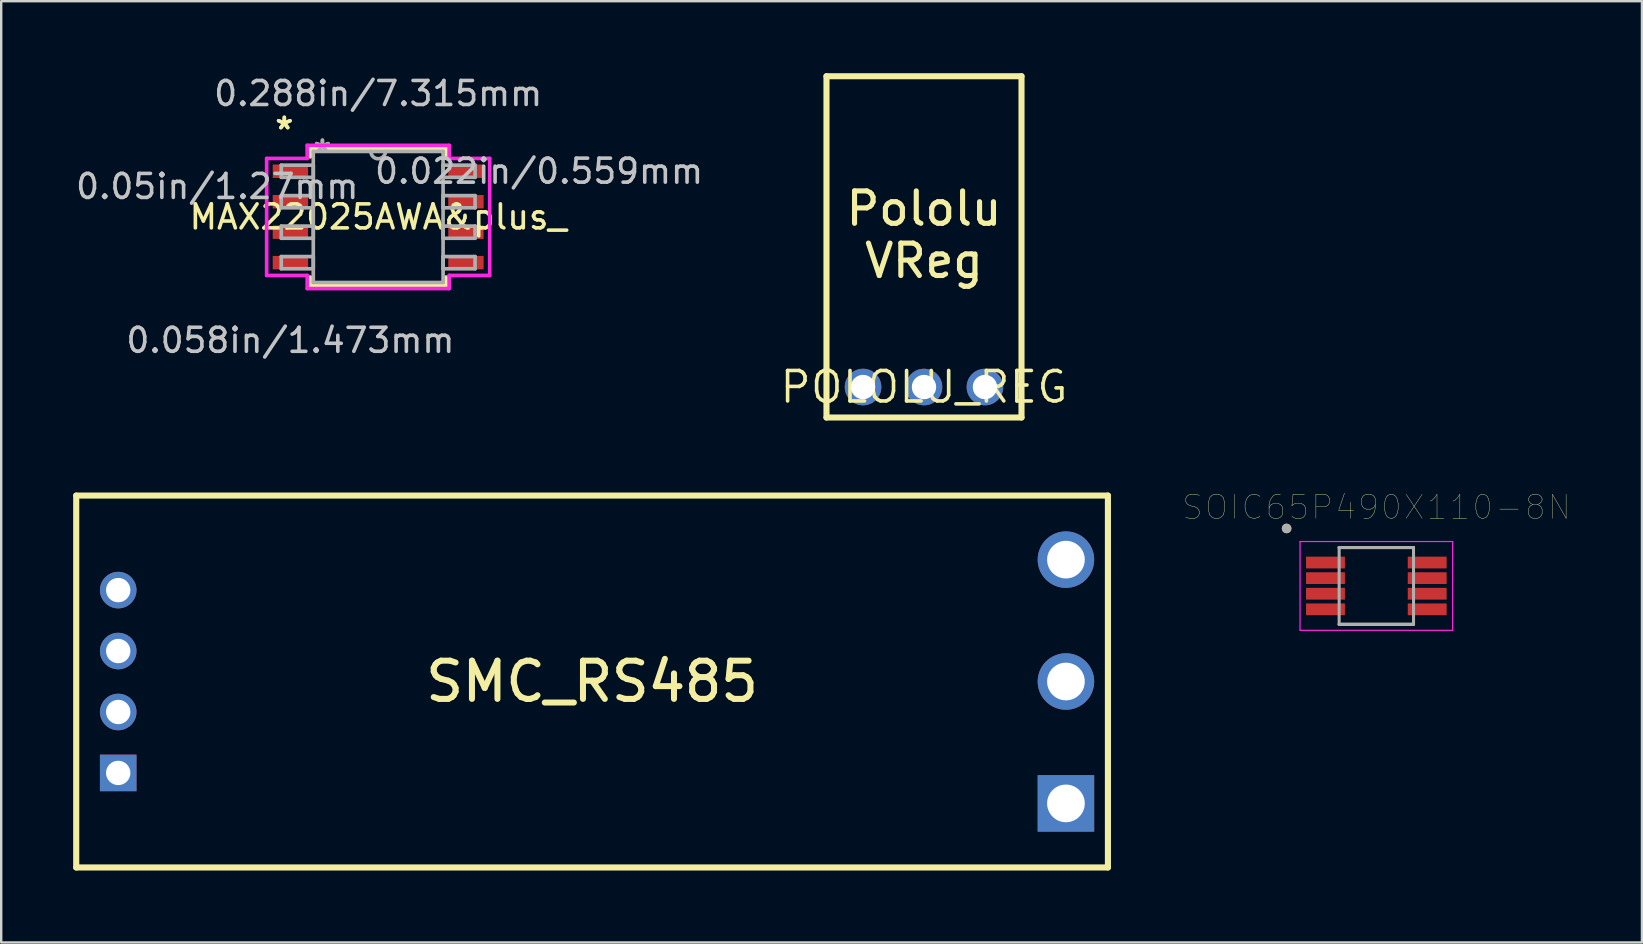
<source format=kicad_pcb>
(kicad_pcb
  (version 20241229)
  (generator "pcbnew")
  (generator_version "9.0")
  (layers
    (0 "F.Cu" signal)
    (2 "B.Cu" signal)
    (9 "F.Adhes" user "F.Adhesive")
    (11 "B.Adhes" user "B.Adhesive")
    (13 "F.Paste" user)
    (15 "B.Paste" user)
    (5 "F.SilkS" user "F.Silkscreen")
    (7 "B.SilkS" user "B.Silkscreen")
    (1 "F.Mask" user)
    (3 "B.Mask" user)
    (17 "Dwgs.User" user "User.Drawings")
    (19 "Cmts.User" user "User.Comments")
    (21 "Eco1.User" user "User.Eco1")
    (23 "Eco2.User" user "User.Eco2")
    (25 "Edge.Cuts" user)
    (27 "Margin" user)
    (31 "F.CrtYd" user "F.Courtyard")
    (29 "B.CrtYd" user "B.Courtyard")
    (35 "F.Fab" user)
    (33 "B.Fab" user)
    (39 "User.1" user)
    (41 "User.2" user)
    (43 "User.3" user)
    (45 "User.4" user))
  (footprint "MAX22025AWA&plus_"
    (layer "F.Cu")
    (at 12.712 5.992)
    (property "Reference" "MAX22025AWA&plus_" (at 0 0 0) (layer "F.SilkS") (effects (font (size 1 1) (thickness 0.15))))
    (attr through_hole)
    (fp_line (start -2.832 -2.857) (end -2.832 -2.505) (stroke (width 0.152) (type solid)) (layer "F.SilkS"))
    (fp_line (start -2.832 2.505) (end -2.832 2.857) (stroke (width 0.152) (type solid)) (layer "F.SilkS"))
    (fp_line (start -2.832 2.857) (end 2.832 2.857) (stroke (width 0.152) (type solid)) (layer "F.SilkS"))
    (fp_line (start 2.832 -2.857) (end -2.832 -2.857) (stroke (width 0.152) (type solid)) (layer "F.SilkS"))
    (fp_line (start 2.832 -2.505) (end 2.832 -2.857) (stroke (width 0.152) (type solid)) (layer "F.SilkS"))
    (fp_line (start 2.832 2.857) (end 2.832 2.505) (stroke (width 0.152) (type solid)) (layer "F.SilkS"))
    (fp_line (start -4.648 -2.438) (end -2.959 -2.438) (stroke (width 0.152) (type solid)) (layer "F.CrtYd"))
    (fp_line (start -4.648 2.438) (end -4.648 -2.438) (stroke (width 0.152) (type solid)) (layer "F.CrtYd"))
    (fp_line (start -2.959 -2.985) (end 2.959 -2.985) (stroke (width 0.152) (type solid)) (layer "F.CrtYd"))
    (fp_line (start -2.959 -2.438) (end -2.959 -2.985) (stroke (width 0.152) (type solid)) (layer "F.CrtYd"))
    (fp_line (start -2.959 2.438) (end -4.648 2.438) (stroke (width 0.152) (type solid)) (layer "F.CrtYd"))
    (fp_line (start -2.959 2.985) (end -2.959 2.438) (stroke (width 0.152) (type solid)) (layer "F.CrtYd"))
    (fp_line (start 2.959 -2.985) (end 2.959 -2.438) (stroke (width 0.152) (type solid)) (layer "F.CrtYd"))
    (fp_line (start 2.959 -2.438) (end 4.648 -2.438) (stroke (width 0.152) (type solid)) (layer "F.CrtYd"))
    (fp_line (start 2.959 2.438) (end 2.959 2.985) (stroke (width 0.152) (type solid)) (layer "F.CrtYd"))
    (fp_line (start 2.959 2.985) (end -2.959 2.985) (stroke (width 0.152) (type solid)) (layer "F.CrtYd"))
    (fp_line (start 4.648 -2.438) (end 4.648 2.438) (stroke (width 0.152) (type solid)) (layer "F.CrtYd"))
    (fp_line (start 4.648 2.438) (end 2.959 2.438) (stroke (width 0.152) (type solid)) (layer "F.CrtYd"))
    (fp_line (start -4.039 -2.159) (end -4.039 -1.651) (stroke (width 0.152) (type solid)) (layer "F.Fab"))
    (fp_line (start -4.039 -1.651) (end -2.705 -1.651) (stroke (width 0.152) (type solid)) (layer "F.Fab"))
    (fp_line (start -4.039 -0.889) (end -4.039 -0.381) (stroke (width 0.152) (type solid)) (layer "F.Fab"))
    (fp_line (start -4.039 -0.381) (end -2.705 -0.381) (stroke (width 0.152) (type solid)) (layer "F.Fab"))
    (fp_line (start -4.039 0.381) (end -4.039 0.889) (stroke (width 0.152) (type solid)) (layer "F.Fab"))
    (fp_line (start -4.039 0.889) (end -2.705 0.889) (stroke (width 0.152) (type solid)) (layer "F.Fab"))
    (fp_line (start -4.039 1.651) (end -4.039 2.159) (stroke (width 0.152) (type solid)) (layer "F.Fab"))
    (fp_line (start -4.039 2.159) (end -2.705 2.159) (stroke (width 0.152) (type solid)) (layer "F.Fab"))
    (fp_line (start -2.705 -2.731) (end -2.705 2.731) (stroke (width 0.152) (type solid)) (layer "F.Fab"))
    (fp_line (start -2.705 -2.159) (end -4.039 -2.159) (stroke (width 0.152) (type solid)) (layer "F.Fab"))
    (fp_line (start -2.705 -1.651) (end -2.705 -2.159) (stroke (width 0.152) (type solid)) (layer "F.Fab"))
    (fp_line (start -2.705 -0.889) (end -4.039 -0.889) (stroke (width 0.152) (type solid)) (layer "F.Fab"))
    (fp_line (start -2.705 -0.381) (end -2.705 -0.889) (stroke (width 0.152) (type solid)) (layer "F.Fab"))
    (fp_line (start -2.705 0.381) (end -4.039 0.381) (stroke (width 0.152) (type solid)) (layer "F.Fab"))
    (fp_line (start -2.705 0.889) (end -2.705 0.381) (stroke (width 0.152) (type solid)) (layer "F.Fab"))
    (fp_line (start -2.705 1.651) (end -4.039 1.651) (stroke (width 0.152) (type solid)) (layer "F.Fab"))
    (fp_line (start -2.705 2.159) (end -2.705 1.651) (stroke (width 0.152) (type solid)) (layer "F.Fab"))
    (fp_line (start -2.705 2.731) (end 2.705 2.731) (stroke (width 0.152) (type solid)) (layer "F.Fab"))
    (fp_line (start 2.705 -2.731) (end -2.705 -2.731) (stroke (width 0.152) (type solid)) (layer "F.Fab"))
    (fp_line (start 2.705 -2.159) (end 2.705 -1.651) (stroke (width 0.152) (type solid)) (layer "F.Fab"))
    (fp_line (start 2.705 -1.651) (end 4.039 -1.651) (stroke (width 0.152) (type solid)) (layer "F.Fab"))
    (fp_line (start 2.705 -0.889) (end 2.705 -0.381) (stroke (width 0.152) (type solid)) (layer "F.Fab"))
    (fp_line (start 2.705 -0.381) (end 4.039 -0.381) (stroke (width 0.152) (type solid)) (layer "F.Fab"))
    (fp_line (start 2.705 0.381) (end 2.705 0.889) (stroke (width 0.152) (type solid)) (layer "F.Fab"))
    (fp_line (start 2.705 0.889) (end 4.039 0.889) (stroke (width 0.152) (type solid)) (layer "F.Fab"))
    (fp_line (start 2.705 1.651) (end 2.705 2.159) (stroke (width 0.152) (type solid)) (layer "F.Fab"))
    (fp_line (start 2.705 2.159) (end 4.039 2.159) (stroke (width 0.152) (type solid)) (layer "F.Fab"))
    (fp_line (start 2.705 2.731) (end 2.705 -2.731) (stroke (width 0.152) (type solid)) (layer "F.Fab"))
    (fp_line (start 4.039 -2.159) (end 2.705 -2.159) (stroke (width 0.152) (type solid)) (layer "F.Fab"))
    (fp_line (start 4.039 -1.651) (end 4.039 -2.159) (stroke (width 0.152) (type solid)) (layer "F.Fab"))
    (fp_line (start 4.039 -0.889) (end 2.705 -0.889) (stroke (width 0.152) (type solid)) (layer "F.Fab"))
    (fp_line (start 4.039 -0.381) (end 4.039 -0.889) (stroke (width 0.152) (type solid)) (layer "F.Fab"))
    (fp_line (start 4.039 0.381) (end 2.705 0.381) (stroke (width 0.152) (type solid)) (layer "F.Fab"))
    (fp_line (start 4.039 0.889) (end 4.039 0.381) (stroke (width 0.152) (type solid)) (layer "F.Fab"))
    (fp_line (start 4.039 1.651) (end 2.705 1.651) (stroke (width 0.152) (type solid)) (layer "F.Fab"))
    (fp_line (start 4.039 2.159) (end 4.039 1.651) (stroke (width 0.152) (type solid)) (layer "F.Fab"))
    (fp_arc (start 0.3048 -2.7305) (mid 0 -2.4257) (end -0.3048 -2.7305) (stroke (width 0.1524) (type solid)) (layer "F.Fab"))
    (fp_text user "*" (at -3.912 -3.607 0) (layer "F.SilkS") (effects (font (size 1 1) (thickness 0.15))))
    (fp_text user "*" (at -3.912 -3.607 0) (layer "F.SilkS") (effects (font (size 1 1) (thickness 0.15))))
    (fp_text user "0.058in/1.473mm" (at -3.658 5.144 0) (layer "Dwgs.User") (effects (font (size 1 1) (thickness 0.15))))
    (fp_text user "0.05in/1.27mm" (at -6.706 -1.27 0) (layer "Dwgs.User") (effects (font (size 1 1) (thickness 0.15))))
    (fp_text user "0.288in/7.315mm" (at 0 -5.144 0) (layer "Dwgs.User") (effects (font (size 1 1) (thickness 0.15))))
    (fp_text user "0.022in/0.559mm" (at 6.706 -1.905 0) (layer "Dwgs.User") (effects (font (size 1 1) (thickness 0.15))))
    (fp_text user "Copyright 2016 Accelerated Designs. All rights reserved." (at 0 0 0) (layer "Cmts.User") (effects (font (size 0.127 0.127) (thickness 0.002))))
    (fp_text user "*" (at -2.324 -2.654 0) (layer "F.Fab") (effects (font (size 1 1) (thickness 0.15))))
    (fp_text user "*" (at -2.324 -2.654 0) (layer "F.Fab") (effects (font (size 1 1) (thickness 0.15))))
    (pad "1" smd rect (at -3.658 -1.905) (size 1.473 0.559) (layers "F.Cu" "F.Mask" "F.Paste"))
    (pad "2" smd rect (at -3.658 -0.635) (size 1.473 0.559) (layers "F.Cu" "F.Mask" "F.Paste"))
    (pad "3" smd rect (at -3.658 0.635) (size 1.473 0.559) (layers "F.Cu" "F.Mask" "F.Paste"))
    (pad "4" smd rect (at -3.658 1.905) (size 1.473 0.559) (layers "F.Cu" "F.Mask" "F.Paste"))
    (pad "5" smd rect (at 3.658 1.905) (size 1.473 0.559) (layers "F.Cu" "F.Mask" "F.Paste"))
    (pad "6" smd rect (at 3.658 0.635) (size 1.473 0.559) (layers "F.Cu" "F.Mask" "F.Paste"))
    (pad "7" smd rect (at 3.658 -0.635) (size 1.473 0.559) (layers "F.Cu" "F.Mask" "F.Paste"))
    (pad "8" smd rect (at 3.658 -1.905) (size 1.473 0.559) (layers "F.Cu" "F.Mask" "F.Paste")))
  (footprint "SOIC65P490X110-8N"
    (layer "F.Cu")
    (at 54.314 21.371)
    (property "Reference" "SOIC65P490X110-8N" (at 0.005 -3.282 0) (layer "F.SilkS") (effects (font (size 1 1) (thickness 0.015))))
    (attr through_hole)
    (fp_line (start -1.55 -1.6) (end 1.55 -1.6) (stroke (width 0.127) (type solid)) (layer "F.SilkS"))
    (fp_line (start -1.55 1.6) (end 1.55 1.6) (stroke (width 0.127) (type solid)) (layer "F.SilkS"))
    (fp_circle (center -3.74 -2.395) (end -3.64 -2.395) (stroke (width 0.2) (type solid)) (fill no) (layer "F.SilkS"))
    (fp_line (start -3.18 -1.85) (end -3.18 1.85) (stroke (width 0.05) (type solid)) (layer "F.CrtYd"))
    (fp_line (start -3.18 -1.85) (end 3.18 -1.85) (stroke (width 0.05) (type solid)) (layer "F.CrtYd"))
    (fp_line (start -3.18 1.85) (end 3.18 1.85) (stroke (width 0.05) (type solid)) (layer "F.CrtYd"))
    (fp_line (start 3.18 -1.85) (end 3.18 1.85) (stroke (width 0.05) (type solid)) (layer "F.CrtYd"))
    (fp_line (start -1.55 -1.6) (end -1.55 1.6) (stroke (width 0.127) (type solid)) (layer "F.Fab"))
    (fp_line (start -1.55 -1.6) (end 1.55 -1.6) (stroke (width 0.127) (type solid)) (layer "F.Fab"))
    (fp_line (start -1.55 1.6) (end 1.55 1.6) (stroke (width 0.127) (type solid)) (layer "F.Fab"))
    (fp_line (start 1.55 -1.6) (end 1.55 1.6) (stroke (width 0.127) (type solid)) (layer "F.Fab"))
    (fp_circle (center -3.74 -2.395) (end -3.64 -2.395) (stroke (width 0.2) (type solid)) (fill no) (layer "F.Fab"))
    (pad "1" smd rect (at -2.12 -0.975) (size 1.62 0.49) (layers "F.Cu" "F.Mask" "F.Paste"))
    (pad "2" smd rect (at -2.12 -0.325) (size 1.62 0.49) (layers "F.Cu" "F.Mask" "F.Paste"))
    (pad "3" smd rect (at -2.12 0.325) (size 1.62 0.49) (layers "F.Cu" "F.Mask" "F.Paste"))
    (pad "4" smd rect (at -2.12 0.975) (size 1.62 0.49) (layers "F.Cu" "F.Mask" "F.Paste"))
    (pad "5" smd rect (at 2.12 0.975) (size 1.62 0.49) (layers "F.Cu" "F.Mask" "F.Paste"))
    (pad "6" smd rect (at 2.12 0.325) (size 1.62 0.49) (layers "F.Cu" "F.Mask" "F.Paste"))
    (pad "7" smd rect (at 2.12 -0.325) (size 1.62 0.49) (layers "F.Cu" "F.Mask" "F.Paste"))
    (pad "8" smd rect (at 2.12 -0.975) (size 1.62 0.49) (layers "F.Cu" "F.Mask" "F.Paste")))
  (footprint "SMC_RS485"
    (layer "F.Cu")
    (at 21.627 25.355)
    (property "Reference" "SMC_RS485" (at 0 0 0) (layer "F.SilkS") (effects (font (size 1.593 1.593) (thickness 0.251))))
    (attr through_hole)
    (fp_line (start -21.5 -7.75) (end 21.5 -7.75) (stroke (width 0.254) (type solid)) (layer "F.SilkS"))
    (fp_line (start -21.5 7.75) (end -21.5 -7.75) (stroke (width 0.254) (type solid)) (layer "F.SilkS"))
    (fp_line (start 21.5 -7.75) (end 21.5 7.75) (stroke (width 0.254) (type solid)) (layer "F.SilkS"))
    (fp_line (start 21.5 7.75) (end -21.5 7.75) (stroke (width 0.254) (type solid)) (layer "F.SilkS"))
    (pad "A+" thru_hole circle (at 19.75 -5.08) (size 2.355 2.355) (drill 1.57) (layers "*.Cu" "*.Mask"))
    (pad "B-" thru_hole circle (at 19.75 0) (size 2.355 2.355) (drill 1.57) (layers "*.Cu" "*.Mask"))
    (pad "GND" thru_hole rect (at -19.75 3.81) (size 1.524 1.524) (drill 1.016) (layers "*.Cu" "*.Mask"))
    (pad "GND_ISO" thru_hole rect (at 19.75 5.08) (size 2.355 2.355) (drill 1.57) (layers "*.Cu" "*.Mask"))
    (pad "RX" thru_hole circle (at -19.75 1.27) (size 1.524 1.524) (drill 1.016) (layers "*.Cu" "*.Mask"))
    (pad "TX" thru_hole circle (at -19.75 -1.27) (size 1.524 1.524) (drill 1.016) (layers "*.Cu" "*.Mask"))
    (pad "VCC" thru_hole circle (at -19.75 -3.81) (size 1.524 1.524) (drill 1.016) (layers "*.Cu" "*.Mask")))
  (footprint "POLOLU_REG"
    (layer "F.Cu")
    (at 35.461 13.081)
    (property "Reference" "POLOLU_REG" (at 0 0 0) (layer "F.SilkS") (effects (font (size 1.27 1.27) (thickness 0.15))))
    (attr through_hole)
    (fp_line (start -4.064 -12.954) (end -4.064 1.27) (stroke (width 0.254) (type solid)) (layer "F.SilkS"))
    (fp_line (start -4.064 1.27) (end 4.064 1.27) (stroke (width 0.254) (type solid)) (layer "F.SilkS"))
    (fp_line (start 4.064 -12.954) (end -4.064 -12.954) (stroke (width 0.254) (type solid)) (layer "F.SilkS"))
    (fp_line (start 4.064 1.27) (end 4.064 -12.954) (stroke (width 0.254) (type solid)) (layer "F.SilkS"))
    (fp_text user "Pololu\nVReg" (at 0 -6.35 0) (layer "F.SilkS") (effects (font (size 1.351 1.351) (thickness 0.213))))
    (pad "GND" thru_hole circle (at 0 0) (size 1.524 1.524) (drill 1.016) (layers "*.Cu" "*.Mask"))
    (pad "VIN" thru_hole circle (at 2.54 0) (size 1.524 1.524) (drill 1.016) (layers "*.Cu" "*.Mask"))
    (pad "VOUT" thru_hole circle (at -2.54 0) (size 1.524 1.524) (drill 1.016) (layers "*.Cu" "*.Mask")))
  (gr_rect
    (start -3 -3)
    (end 65.385 36.232)
    (stroke (width 0.1) (type default))
    (fill no)
    (layer "Edge.Cuts")))
</source>
